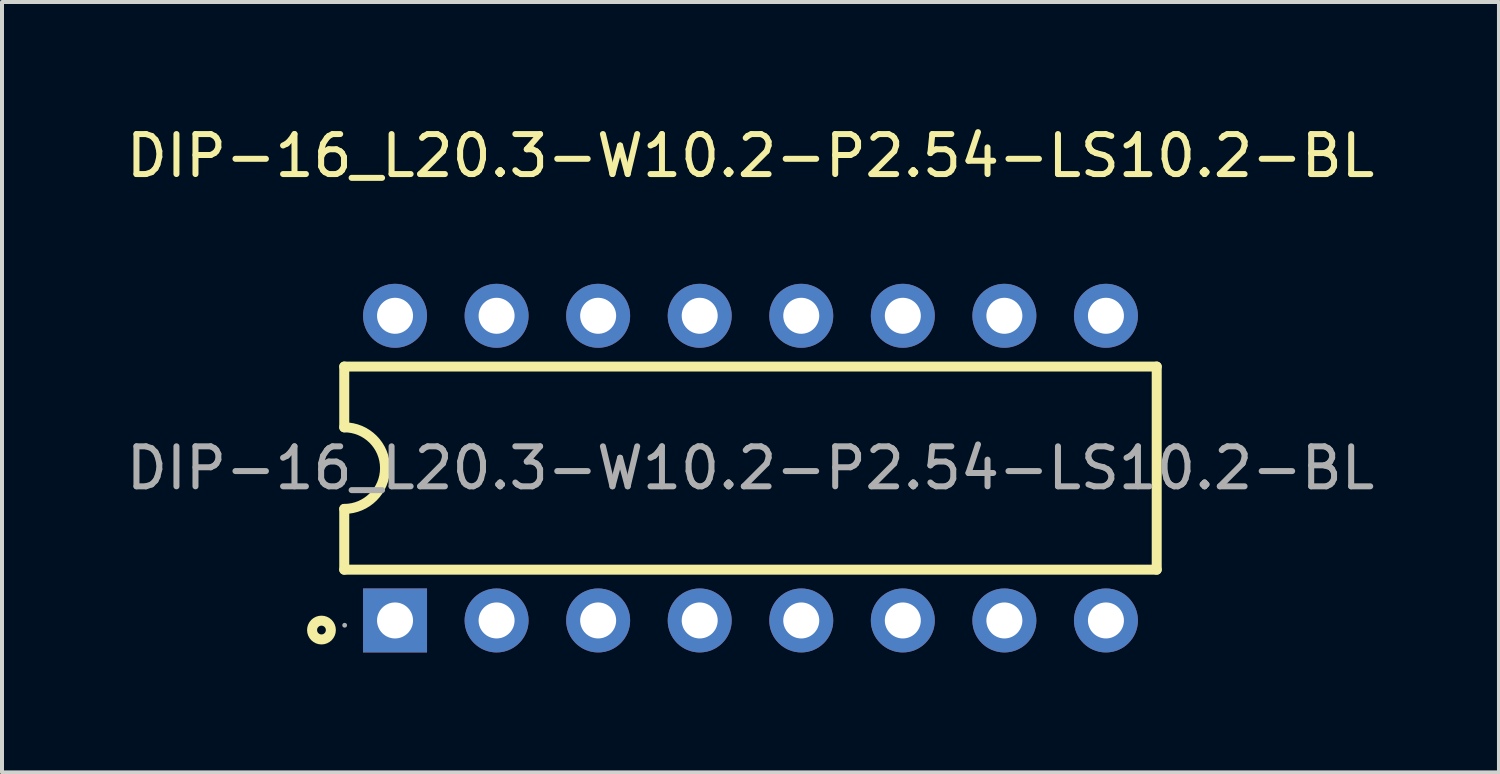
<source format=kicad_pcb>
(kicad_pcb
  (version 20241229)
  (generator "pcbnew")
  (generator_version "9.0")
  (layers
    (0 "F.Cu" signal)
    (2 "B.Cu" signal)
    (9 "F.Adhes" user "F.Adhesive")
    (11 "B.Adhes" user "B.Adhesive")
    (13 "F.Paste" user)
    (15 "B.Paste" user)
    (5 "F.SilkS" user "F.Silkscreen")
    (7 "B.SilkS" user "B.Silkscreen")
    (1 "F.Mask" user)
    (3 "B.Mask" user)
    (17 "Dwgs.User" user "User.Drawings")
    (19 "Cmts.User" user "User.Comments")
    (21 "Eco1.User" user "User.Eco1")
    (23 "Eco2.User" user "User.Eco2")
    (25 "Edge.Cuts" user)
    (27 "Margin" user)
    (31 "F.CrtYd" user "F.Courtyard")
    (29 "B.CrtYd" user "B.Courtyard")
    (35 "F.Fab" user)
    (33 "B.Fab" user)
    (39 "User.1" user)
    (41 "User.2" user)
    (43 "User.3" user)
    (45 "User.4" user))
  (footprint "DIP-16_L20.3-W10.2-P2.54-LS10.2-BL"
    (layer "F.Cu")
    (at 15.72 8.658)
    (property "Reference" "DIP-16_L20.3-W10.2-P2.54-LS10.2-BL" (at 0 -7.81 0) (layer "F.SilkS") (effects (font (size 1 1) (thickness 0.15))))
    (attr smd)
    (fp_line (start -10.16 -2.54) (end -10.16 -1.02) (stroke (width 0.25) (type solid)) (layer "F.SilkS"))
    (fp_line (start -10.16 -2.54) (end 10.16 -2.54) (stroke (width 0.25) (type solid)) (layer "F.SilkS"))
    (fp_line (start -10.16 2.54) (end -10.16 1.02) (stroke (width 0.25) (type solid)) (layer "F.SilkS"))
    (fp_line (start -10.16 2.54) (end 10.16 2.54) (stroke (width 0.25) (type solid)) (layer "F.SilkS"))
    (fp_line (start 10.16 -2.54) (end 10.16 2.54) (stroke (width 0.25) (type solid)) (layer "F.SilkS"))
    (fp_arc (start -10.16 -1.02) (mid -9.14 0) (end -10.16 1.02) (stroke (width 0.25) (type solid)) (layer "F.SilkS"))
    (fp_circle (center -10.73 4.05) (end -10.62 4.05) (stroke (width 0.25) (type solid)) (fill no) (layer "F.SilkS"))
    (fp_circle (center -10.15 3.93) (end -10.12 3.93) (stroke (width 0.06) (type solid)) (fill no) (layer "F.Fab"))
    (fp_circle (center -8.89 -3.81) (end -8.77 -3.81) (stroke (width 0.25) (type solid)) (fill no) (layer "F.Fab"))
    (fp_circle (center -8.89 3.81) (end -8.77 3.81) (stroke (width 0.25) (type solid)) (fill no) (layer "F.Fab"))
    (fp_circle (center -6.35 -3.81) (end -6.23 -3.81) (stroke (width 0.25) (type solid)) (fill no) (layer "F.Fab"))
    (fp_circle (center -6.35 3.81) (end -6.23 3.81) (stroke (width 0.25) (type solid)) (fill no) (layer "F.Fab"))
    (fp_circle (center -3.81 -3.81) (end -3.69 -3.81) (stroke (width 0.25) (type solid)) (fill no) (layer "F.Fab"))
    (fp_circle (center -3.81 3.81) (end -3.69 3.81) (stroke (width 0.25) (type solid)) (fill no) (layer "F.Fab"))
    (fp_circle (center -1.27 -3.81) (end -1.15 -3.81) (stroke (width 0.25) (type solid)) (fill no) (layer "F.Fab"))
    (fp_circle (center -1.27 3.81) (end -1.15 3.81) (stroke (width 0.25) (type solid)) (fill no) (layer "F.Fab"))
    (fp_circle (center 1.27 -3.81) (end 1.39 -3.81) (stroke (width 0.25) (type solid)) (fill no) (layer "F.Fab"))
    (fp_circle (center 1.27 3.81) (end 1.39 3.81) (stroke (width 0.25) (type solid)) (fill no) (layer "F.Fab"))
    (fp_circle (center 3.81 -3.81) (end 3.93 -3.81) (stroke (width 0.25) (type solid)) (fill no) (layer "F.Fab"))
    (fp_circle (center 3.81 3.81) (end 3.93 3.81) (stroke (width 0.25) (type solid)) (fill no) (layer "F.Fab"))
    (fp_circle (center 6.35 -3.81) (end 6.47 -3.81) (stroke (width 0.25) (type solid)) (fill no) (layer "F.Fab"))
    (fp_circle (center 6.35 3.81) (end 6.47 3.81) (stroke (width 0.25) (type solid)) (fill no) (layer "F.Fab"))
    (fp_circle (center 8.89 -3.81) (end 9.01 -3.81) (stroke (width 0.25) (type solid)) (fill no) (layer "F.Fab"))
    (fp_circle (center 8.89 3.81) (end 9.01 3.81) (stroke (width 0.25) (type solid)) (fill no) (layer "F.Fab"))
    (fp_text user "${REFERENCE}" (at 0 0 0) (layer "F.Fab") (effects (font (size 1 1) (thickness 0.15))))
    (pad "1" thru_hole rect (at -8.89 3.81) (size 1.6 1.6) (drill 0.9) (layers "*.Cu" "*.Paste" "*.Mask"))
    (pad "2" thru_hole circle (at -6.35 3.81) (size 1.6 1.6) (drill 0.9) (layers "*.Cu" "*.Paste" "*.Mask"))
    (pad "3" thru_hole circle (at -3.81 3.81) (size 1.6 1.6) (drill 0.9) (layers "*.Cu" "*.Paste" "*.Mask"))
    (pad "4" thru_hole circle (at -1.27 3.81) (size 1.6 1.6) (drill 0.9) (layers "*.Cu" "*.Paste" "*.Mask"))
    (pad "5" thru_hole circle (at 1.27 3.81) (size 1.6 1.6) (drill 0.9) (layers "*.Cu" "*.Paste" "*.Mask"))
    (pad "6" thru_hole circle (at 3.81 3.81) (size 1.6 1.6) (drill 0.9) (layers "*.Cu" "*.Paste" "*.Mask"))
    (pad "7" thru_hole circle (at 6.35 3.81) (size 1.6 1.6) (drill 0.9) (layers "*.Cu" "*.Paste" "*.Mask"))
    (pad "8" thru_hole circle (at 8.89 3.81) (size 1.6 1.6) (drill 0.9) (layers "*.Cu" "*.Paste" "*.Mask"))
    (pad "9" thru_hole circle (at 8.89 -3.81) (size 1.6 1.6) (drill 0.9) (layers "*.Cu" "*.Paste" "*.Mask"))
    (pad "10" thru_hole circle (at 6.35 -3.81) (size 1.6 1.6) (drill 0.9) (layers "*.Cu" "*.Paste" "*.Mask"))
    (pad "11" thru_hole circle (at 3.81 -3.81) (size 1.6 1.6) (drill 0.9) (layers "*.Cu" "*.Paste" "*.Mask"))
    (pad "12" thru_hole circle (at 1.27 -3.81) (size 1.6 1.6) (drill 0.9) (layers "*.Cu" "*.Paste" "*.Mask"))
    (pad "13" thru_hole circle (at -1.27 -3.81) (size 1.6 1.6) (drill 0.9) (layers "*.Cu" "*.Paste" "*.Mask"))
    (pad "14" thru_hole circle (at -3.81 -3.81) (size 1.6 1.6) (drill 0.9) (layers "*.Cu" "*.Paste" "*.Mask"))
    (pad "15" thru_hole circle (at -6.35 -3.81) (size 1.6 1.6) (drill 0.9) (layers "*.Cu" "*.Paste" "*.Mask"))
    (pad "16" thru_hole circle (at -8.89 -3.81) (size 1.6 1.6) (drill 0.9) (layers "*.Cu" "*.Paste" "*.Mask")))
  (gr_rect
    (start -3 -3)
    (end 34.44 16.268)
    (stroke (width 0.1) (type default))
    (fill no)
    (layer "Edge.Cuts")))
</source>
